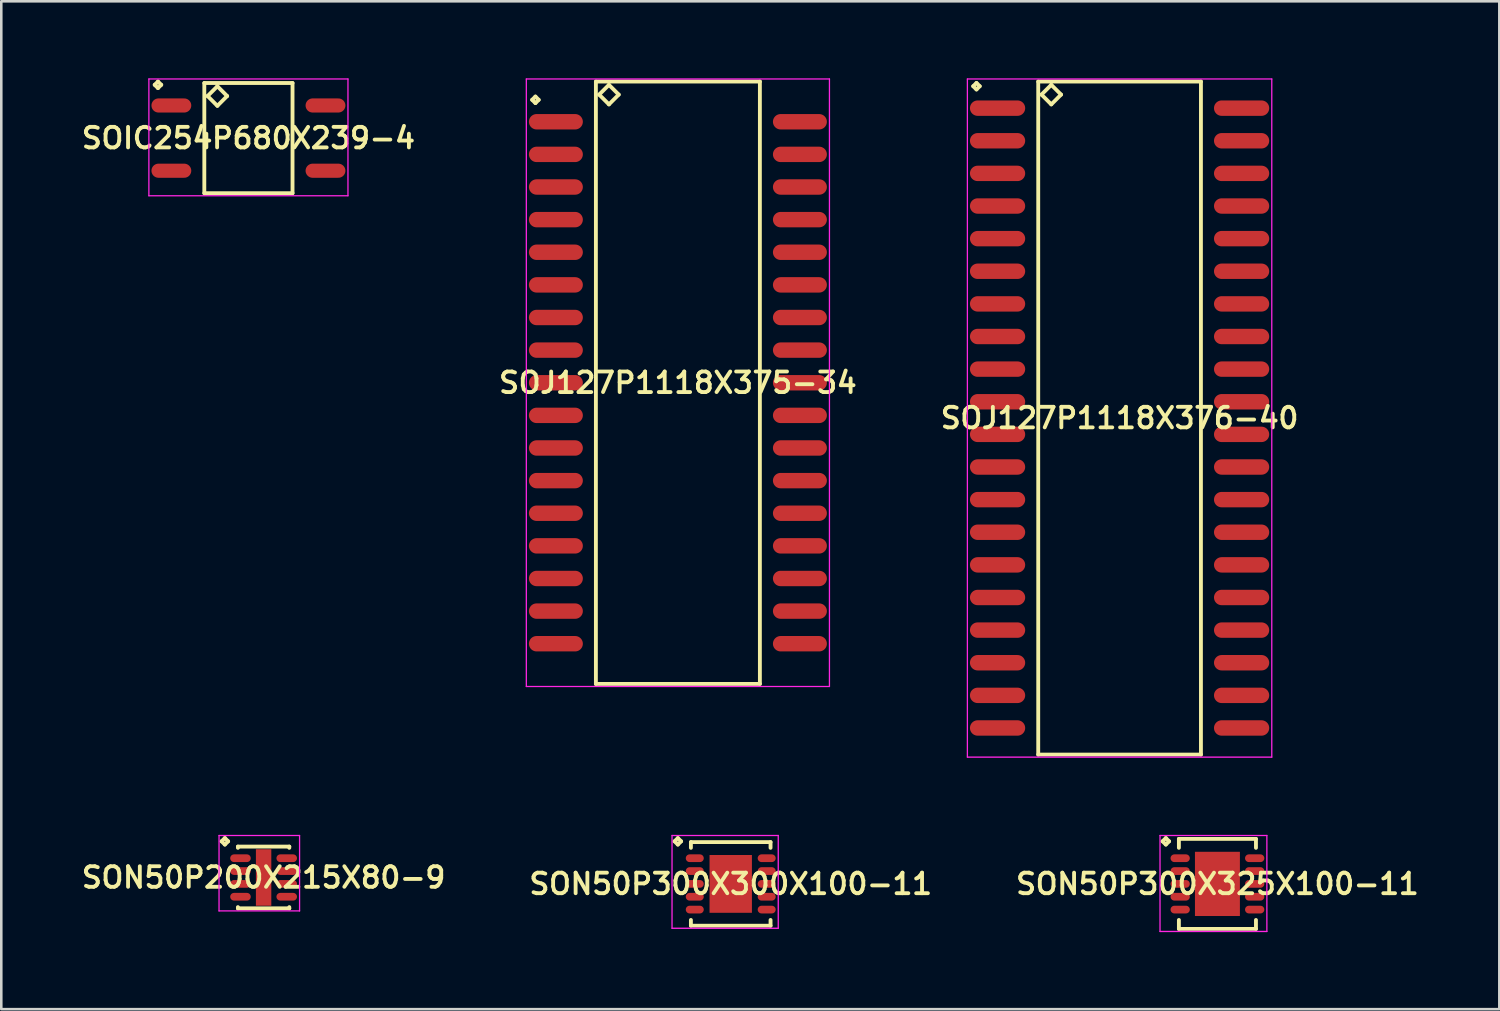
<source format=kicad_pcb>
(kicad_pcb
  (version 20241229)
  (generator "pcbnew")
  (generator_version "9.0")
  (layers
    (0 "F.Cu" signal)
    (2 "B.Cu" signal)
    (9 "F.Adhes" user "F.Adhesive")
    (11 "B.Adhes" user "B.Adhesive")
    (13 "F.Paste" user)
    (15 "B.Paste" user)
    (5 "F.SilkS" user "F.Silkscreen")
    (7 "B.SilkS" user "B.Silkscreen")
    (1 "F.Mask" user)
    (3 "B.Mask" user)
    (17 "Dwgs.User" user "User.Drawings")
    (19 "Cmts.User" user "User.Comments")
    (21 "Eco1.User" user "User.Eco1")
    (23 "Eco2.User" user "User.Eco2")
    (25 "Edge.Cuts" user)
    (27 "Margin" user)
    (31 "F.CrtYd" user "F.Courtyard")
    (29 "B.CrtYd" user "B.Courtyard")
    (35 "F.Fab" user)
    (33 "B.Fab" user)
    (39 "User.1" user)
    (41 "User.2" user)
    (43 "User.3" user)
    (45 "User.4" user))
  (footprint "SON50P200X215X80-9"
    (layer "F.Cu")
    (at 7.212 31.11)
    (property "Reference" "SON50P200X215X80-9" (at 0 0 0) (layer "F.SilkS") (effects (font (size 0.8 0.8) (thickness 0.15))))
    (attr smd)
    (fp_line (start -1.635 -1.408) (end -1.508 -1.535) (stroke (width 0.15) (type solid)) (layer "F.SilkS"))
    (fp_line (start -1.508 -1.535) (end -1.381 -1.408) (stroke (width 0.15) (type solid)) (layer "F.SilkS"))
    (fp_line (start -1.508 -1.281) (end -1.635 -1.408) (stroke (width 0.15) (type solid)) (layer "F.SilkS"))
    (fp_line (start -1.381 -1.408) (end -1.508 -1.281) (stroke (width 0.15) (type solid)) (layer "F.SilkS"))
    (fp_line (start -1 -1.202) (end 1 -1.202) (stroke (width 0.15) (type solid)) (layer "F.SilkS"))
    (fp_line (start -1 -1.154) (end -1 -1.202) (stroke (width 0.15) (type solid)) (layer "F.SilkS"))
    (fp_line (start -1 1.154) (end -1 1.202) (stroke (width 0.15) (type solid)) (layer "F.SilkS"))
    (fp_line (start -1 1.202) (end 1 1.202) (stroke (width 0.15) (type solid)) (layer "F.SilkS"))
    (fp_line (start 1 -1.202) (end 1 -1.154) (stroke (width 0.15) (type solid)) (layer "F.SilkS"))
    (fp_line (start 1 1.202) (end 1 1.154) (stroke (width 0.15) (type solid)) (layer "F.SilkS"))
    (fp_line (start -1.735 -1.635) (end 1.4 -1.635) (stroke (width 0.05) (type solid)) (layer "F.CrtYd"))
    (fp_line (start -1.735 1.302) (end -1.735 -1.635) (stroke (width 0.05) (type solid)) (layer "F.CrtYd"))
    (fp_line (start 1.4 -1.635) (end 1.4 1.302) (stroke (width 0.05) (type solid)) (layer "F.CrtYd"))
    (fp_line (start 1.4 1.302) (end -1.735 1.302) (stroke (width 0.05) (type solid)) (layer "F.CrtYd"))
    (pad "1" smd oval (at -0.9 -0.75) (size 0.8 0.3) (layers "F.Cu" "F.Mask" "F.Paste"))
    (pad "2" smd oval (at -0.9 -0.25) (size 0.8 0.3) (layers "F.Cu" "F.Mask" "F.Paste"))
    (pad "3" smd oval (at -0.9 0.25) (size 0.8 0.3) (layers "F.Cu" "F.Mask" "F.Paste"))
    (pad "4" smd oval (at -0.9 0.75) (size 0.8 0.3) (layers "F.Cu" "F.Mask" "F.Paste"))
    (pad "5" smd oval (at 0.9 0.75) (size 0.8 0.3) (layers "F.Cu" "F.Mask" "F.Paste"))
    (pad "6" smd oval (at 0.9 0.25) (size 0.8 0.3) (layers "F.Cu" "F.Mask" "F.Paste"))
    (pad "7" smd oval (at 0.9 -0.25) (size 0.8 0.3) (layers "F.Cu" "F.Mask" "F.Paste"))
    (pad "8" smd oval (at 0.9 -0.75) (size 0.8 0.3) (layers "F.Cu" "F.Mask" "F.Paste"))
    (pad "9" smd rect (at 0 0) (size 0.6 2.2) (layers "F.Cu" "F.Mask" "F.Paste")))
  (footprint "SOJ127P1118X375-34"
    (layer "F.Cu")
    (at 23.34 11.85)
    (property "Reference" "SOJ127P1118X375-34" (at 0 0 0) (layer "F.SilkS") (effects (font (size 0.8 0.8) (thickness 0.15))))
    (attr smd)
    (fp_line (start -5.673 -11.014) (end -5.546 -11.141) (stroke (width 0.15) (type solid)) (layer "F.SilkS"))
    (fp_line (start -5.546 -11.141) (end -5.419 -11.014) (stroke (width 0.15) (type solid)) (layer "F.SilkS"))
    (fp_line (start -5.546 -10.887) (end -5.673 -11.014) (stroke (width 0.15) (type solid)) (layer "F.SilkS"))
    (fp_line (start -5.419 -11.014) (end -5.546 -10.887) (stroke (width 0.15) (type solid)) (layer "F.SilkS"))
    (fp_line (start -3.192 -11.725) (end -3.192 11.725) (stroke (width 0.15) (type solid)) (layer "F.SilkS"))
    (fp_line (start -3.192 11.725) (end 3.192 11.725) (stroke (width 0.15) (type solid)) (layer "F.SilkS"))
    (fp_line (start -3.065 -11.217) (end -2.684 -11.598) (stroke (width 0.15) (type solid)) (layer "F.SilkS"))
    (fp_line (start -2.684 -11.598) (end -2.303 -11.217) (stroke (width 0.15) (type solid)) (layer "F.SilkS"))
    (fp_line (start -2.684 -10.836) (end -3.065 -11.217) (stroke (width 0.15) (type solid)) (layer "F.SilkS"))
    (fp_line (start -2.303 -11.217) (end -2.684 -10.836) (stroke (width 0.15) (type solid)) (layer "F.SilkS"))
    (fp_line (start 3.192 -11.725) (end -3.192 -11.725) (stroke (width 0.15) (type solid)) (layer "F.SilkS"))
    (fp_line (start 3.192 11.725) (end 3.192 -11.725) (stroke (width 0.15) (type solid)) (layer "F.SilkS"))
    (fp_line (start -5.9 -11.825) (end 5.9 -11.825) (stroke (width 0.05) (type solid)) (layer "F.CrtYd"))
    (fp_line (start -5.9 11.825) (end -5.9 -11.825) (stroke (width 0.05) (type solid)) (layer "F.CrtYd"))
    (fp_line (start 5.9 -11.825) (end 5.9 11.825) (stroke (width 0.05) (type solid)) (layer "F.CrtYd"))
    (fp_line (start 5.9 11.825) (end -5.9 11.825) (stroke (width 0.05) (type solid)) (layer "F.CrtYd"))
    (pad "1" smd oval (at -4.75 -10.16) (size 2.1 0.6) (layers "F.Cu" "F.Mask" "F.Paste"))
    (pad "2" smd oval (at -4.75 -8.89) (size 2.1 0.6) (layers "F.Cu" "F.Mask" "F.Paste"))
    (pad "3" smd oval (at -4.75 -7.62) (size 2.1 0.6) (layers "F.Cu" "F.Mask" "F.Paste"))
    (pad "4" smd oval (at -4.75 -6.35) (size 2.1 0.6) (layers "F.Cu" "F.Mask" "F.Paste"))
    (pad "5" smd oval (at -4.75 -5.08) (size 2.1 0.6) (layers "F.Cu" "F.Mask" "F.Paste"))
    (pad "6" smd oval (at -4.75 -3.81) (size 2.1 0.6) (layers "F.Cu" "F.Mask" "F.Paste"))
    (pad "7" smd oval (at -4.75 -2.54) (size 2.1 0.6) (layers "F.Cu" "F.Mask" "F.Paste"))
    (pad "8" smd oval (at -4.75 -1.27) (size 2.1 0.6) (layers "F.Cu" "F.Mask" "F.Paste"))
    (pad "9" smd oval (at -4.75 0) (size 2.1 0.6) (layers "F.Cu" "F.Mask" "F.Paste"))
    (pad "10" smd oval (at -4.75 1.27) (size 2.1 0.6) (layers "F.Cu" "F.Mask" "F.Paste"))
    (pad "11" smd oval (at -4.75 2.54) (size 2.1 0.6) (layers "F.Cu" "F.Mask" "F.Paste"))
    (pad "12" smd oval (at -4.75 3.81) (size 2.1 0.6) (layers "F.Cu" "F.Mask" "F.Paste"))
    (pad "13" smd oval (at -4.75 5.08) (size 2.1 0.6) (layers "F.Cu" "F.Mask" "F.Paste"))
    (pad "14" smd oval (at -4.75 6.35) (size 2.1 0.6) (layers "F.Cu" "F.Mask" "F.Paste"))
    (pad "15" smd oval (at -4.75 7.62) (size 2.1 0.6) (layers "F.Cu" "F.Mask" "F.Paste"))
    (pad "16" smd oval (at -4.75 8.89) (size 2.1 0.6) (layers "F.Cu" "F.Mask" "F.Paste"))
    (pad "17" smd oval (at -4.75 10.16) (size 2.1 0.6) (layers "F.Cu" "F.Mask" "F.Paste"))
    (pad "18" smd oval (at 4.75 10.16) (size 2.1 0.6) (layers "F.Cu" "F.Mask" "F.Paste"))
    (pad "19" smd oval (at 4.75 8.89) (size 2.1 0.6) (layers "F.Cu" "F.Mask" "F.Paste"))
    (pad "20" smd oval (at 4.75 7.62) (size 2.1 0.6) (layers "F.Cu" "F.Mask" "F.Paste"))
    (pad "21" smd oval (at 4.75 6.35) (size 2.1 0.6) (layers "F.Cu" "F.Mask" "F.Paste"))
    (pad "22" smd oval (at 4.75 5.08) (size 2.1 0.6) (layers "F.Cu" "F.Mask" "F.Paste"))
    (pad "23" smd oval (at 4.75 3.81) (size 2.1 0.6) (layers "F.Cu" "F.Mask" "F.Paste"))
    (pad "24" smd oval (at 4.75 2.54) (size 2.1 0.6) (layers "F.Cu" "F.Mask" "F.Paste"))
    (pad "25" smd oval (at 4.75 1.27) (size 2.1 0.6) (layers "F.Cu" "F.Mask" "F.Paste"))
    (pad "26" smd oval (at 4.75 0) (size 2.1 0.6) (layers "F.Cu" "F.Mask" "F.Paste"))
    (pad "27" smd oval (at 4.75 -1.27) (size 2.1 0.6) (layers "F.Cu" "F.Mask" "F.Paste"))
    (pad "28" smd oval (at 4.75 -2.54) (size 2.1 0.6) (layers "F.Cu" "F.Mask" "F.Paste"))
    (pad "29" smd oval (at 4.75 -3.81) (size 2.1 0.6) (layers "F.Cu" "F.Mask" "F.Paste"))
    (pad "30" smd oval (at 4.75 -5.08) (size 2.1 0.6) (layers "F.Cu" "F.Mask" "F.Paste"))
    (pad "31" smd oval (at 4.75 -6.35) (size 2.1 0.6) (layers "F.Cu" "F.Mask" "F.Paste"))
    (pad "32" smd oval (at 4.75 -7.62) (size 2.1 0.6) (layers "F.Cu" "F.Mask" "F.Paste"))
    (pad "33" smd oval (at 4.75 -8.89) (size 2.1 0.6) (layers "F.Cu" "F.Mask" "F.Paste"))
    (pad "34" smd oval (at 4.75 -10.16) (size 2.1 0.6) (layers "F.Cu" "F.Mask" "F.Paste")))
  (footprint "SOIC254P680X239-4"
    (layer "F.Cu")
    (at 6.621 2.326)
    (property "Reference" "SOIC254P680X239-4" (at 0 0 0) (layer "F.SilkS") (effects (font (size 0.8 0.8) (thickness 0.15))))
    (attr smd)
    (fp_line (start -3.648 -2.074) (end -3.521 -2.201) (stroke (width 0.15) (type solid)) (layer "F.SilkS"))
    (fp_line (start -3.521 -2.201) (end -3.394 -2.074) (stroke (width 0.15) (type solid)) (layer "F.SilkS"))
    (fp_line (start -3.521 -1.947) (end -3.648 -2.074) (stroke (width 0.15) (type solid)) (layer "F.SilkS"))
    (fp_line (start -3.394 -2.074) (end -3.521 -1.947) (stroke (width 0.15) (type solid)) (layer "F.SilkS"))
    (fp_line (start -1.717 -2.145) (end -1.717 2.145) (stroke (width 0.15) (type solid)) (layer "F.SilkS"))
    (fp_line (start -1.717 2.145) (end 1.717 2.145) (stroke (width 0.15) (type solid)) (layer "F.SilkS"))
    (fp_line (start -1.59 -1.637) (end -1.209 -2.018) (stroke (width 0.15) (type solid)) (layer "F.SilkS"))
    (fp_line (start -1.209 -2.018) (end -0.828 -1.637) (stroke (width 0.15) (type solid)) (layer "F.SilkS"))
    (fp_line (start -1.209 -1.256) (end -1.59 -1.637) (stroke (width 0.15) (type solid)) (layer "F.SilkS"))
    (fp_line (start -0.828 -1.637) (end -1.209 -1.256) (stroke (width 0.15) (type solid)) (layer "F.SilkS"))
    (fp_line (start 1.717 -2.145) (end -1.717 -2.145) (stroke (width 0.15) (type solid)) (layer "F.SilkS"))
    (fp_line (start 1.717 2.145) (end 1.717 -2.145) (stroke (width 0.15) (type solid)) (layer "F.SilkS"))
    (fp_line (start -3.875 -2.301) (end 3.875 -2.301) (stroke (width 0.05) (type solid)) (layer "F.CrtYd"))
    (fp_line (start -3.875 2.245) (end -3.875 -2.301) (stroke (width 0.05) (type solid)) (layer "F.CrtYd"))
    (fp_line (start 3.875 -2.301) (end 3.875 2.245) (stroke (width 0.05) (type solid)) (layer "F.CrtYd"))
    (fp_line (start 3.875 2.245) (end -3.875 2.245) (stroke (width 0.05) (type solid)) (layer "F.CrtYd"))
    (pad "1" smd oval (at -3 -1.27) (size 1.55 0.55) (layers "F.Cu" "F.Mask" "F.Paste"))
    (pad "2" smd oval (at -3 1.27) (size 1.55 0.55) (layers "F.Cu" "F.Mask" "F.Paste"))
    (pad "3" smd oval (at 3 1.27) (size 1.55 0.55) (layers "F.Cu" "F.Mask" "F.Paste"))
    (pad "4" smd oval (at 3 -1.27) (size 1.55 0.55) (layers "F.Cu" "F.Mask" "F.Paste")))
  (footprint "SOJ127P1118X376-40"
    (layer "F.Cu")
    (at 40.535 13.225)
    (property "Reference" "SOJ127P1118X376-40" (at 0 0 0) (layer "F.SilkS") (effects (font (size 0.8 0.8) (thickness 0.15))))
    (attr smd)
    (fp_line (start -5.698 -12.919) (end -5.571 -13.046) (stroke (width 0.15) (type solid)) (layer "F.SilkS"))
    (fp_line (start -5.571 -13.046) (end -5.444 -12.919) (stroke (width 0.15) (type solid)) (layer "F.SilkS"))
    (fp_line (start -5.571 -12.792) (end -5.698 -12.919) (stroke (width 0.15) (type solid)) (layer "F.SilkS"))
    (fp_line (start -5.444 -12.919) (end -5.571 -12.792) (stroke (width 0.15) (type solid)) (layer "F.SilkS"))
    (fp_line (start -3.167 -13.1) (end -3.167 13.1) (stroke (width 0.15) (type solid)) (layer "F.SilkS"))
    (fp_line (start -3.167 13.1) (end 3.167 13.1) (stroke (width 0.15) (type solid)) (layer "F.SilkS"))
    (fp_line (start -3.04 -12.592) (end -2.659 -12.973) (stroke (width 0.15) (type solid)) (layer "F.SilkS"))
    (fp_line (start -2.659 -12.973) (end -2.278 -12.592) (stroke (width 0.15) (type solid)) (layer "F.SilkS"))
    (fp_line (start -2.659 -12.211) (end -3.04 -12.592) (stroke (width 0.15) (type solid)) (layer "F.SilkS"))
    (fp_line (start -2.278 -12.592) (end -2.659 -12.211) (stroke (width 0.15) (type solid)) (layer "F.SilkS"))
    (fp_line (start 3.167 -13.1) (end -3.167 -13.1) (stroke (width 0.15) (type solid)) (layer "F.SilkS"))
    (fp_line (start 3.167 13.1) (end 3.167 -13.1) (stroke (width 0.15) (type solid)) (layer "F.SilkS"))
    (fp_line (start -5.925 -13.2) (end 5.925 -13.2) (stroke (width 0.05) (type solid)) (layer "F.CrtYd"))
    (fp_line (start -5.925 13.2) (end -5.925 -13.2) (stroke (width 0.05) (type solid)) (layer "F.CrtYd"))
    (fp_line (start 5.925 -13.2) (end 5.925 13.2) (stroke (width 0.05) (type solid)) (layer "F.CrtYd"))
    (fp_line (start 5.925 13.2) (end -5.925 13.2) (stroke (width 0.05) (type solid)) (layer "F.CrtYd"))
    (pad "1" smd oval (at -4.75 -12.065) (size 2.15 0.6) (layers "F.Cu" "F.Mask" "F.Paste"))
    (pad "2" smd oval (at -4.75 -10.795) (size 2.15 0.6) (layers "F.Cu" "F.Mask" "F.Paste"))
    (pad "3" smd oval (at -4.75 -9.525) (size 2.15 0.6) (layers "F.Cu" "F.Mask" "F.Paste"))
    (pad "4" smd oval (at -4.75 -8.255) (size 2.15 0.6) (layers "F.Cu" "F.Mask" "F.Paste"))
    (pad "5" smd oval (at -4.75 -6.985) (size 2.15 0.6) (layers "F.Cu" "F.Mask" "F.Paste"))
    (pad "6" smd oval (at -4.75 -5.715) (size 2.15 0.6) (layers "F.Cu" "F.Mask" "F.Paste"))
    (pad "7" smd oval (at -4.75 -4.445) (size 2.15 0.6) (layers "F.Cu" "F.Mask" "F.Paste"))
    (pad "8" smd oval (at -4.75 -3.175) (size 2.15 0.6) (layers "F.Cu" "F.Mask" "F.Paste"))
    (pad "9" smd oval (at -4.75 -1.905) (size 2.15 0.6) (layers "F.Cu" "F.Mask" "F.Paste"))
    (pad "10" smd oval (at -4.75 -0.635) (size 2.15 0.6) (layers "F.Cu" "F.Mask" "F.Paste"))
    (pad "11" smd oval (at -4.75 0.635) (size 2.15 0.6) (layers "F.Cu" "F.Mask" "F.Paste"))
    (pad "12" smd oval (at -4.75 1.905) (size 2.15 0.6) (layers "F.Cu" "F.Mask" "F.Paste"))
    (pad "13" smd oval (at -4.75 3.175) (size 2.15 0.6) (layers "F.Cu" "F.Mask" "F.Paste"))
    (pad "14" smd oval (at -4.75 4.445) (size 2.15 0.6) (layers "F.Cu" "F.Mask" "F.Paste"))
    (pad "15" smd oval (at -4.75 5.715) (size 2.15 0.6) (layers "F.Cu" "F.Mask" "F.Paste"))
    (pad "16" smd oval (at -4.75 6.985) (size 2.15 0.6) (layers "F.Cu" "F.Mask" "F.Paste"))
    (pad "17" smd oval (at -4.75 8.255) (size 2.15 0.6) (layers "F.Cu" "F.Mask" "F.Paste"))
    (pad "18" smd oval (at -4.75 9.525) (size 2.15 0.6) (layers "F.Cu" "F.Mask" "F.Paste"))
    (pad "19" smd oval (at -4.75 10.795) (size 2.15 0.6) (layers "F.Cu" "F.Mask" "F.Paste"))
    (pad "20" smd oval (at -4.75 12.065) (size 2.15 0.6) (layers "F.Cu" "F.Mask" "F.Paste"))
    (pad "21" smd oval (at 4.75 12.065) (size 2.15 0.6) (layers "F.Cu" "F.Mask" "F.Paste"))
    (pad "22" smd oval (at 4.75 10.795) (size 2.15 0.6) (layers "F.Cu" "F.Mask" "F.Paste"))
    (pad "23" smd oval (at 4.75 9.525) (size 2.15 0.6) (layers "F.Cu" "F.Mask" "F.Paste"))
    (pad "24" smd oval (at 4.75 8.255) (size 2.15 0.6) (layers "F.Cu" "F.Mask" "F.Paste"))
    (pad "25" smd oval (at 4.75 6.985) (size 2.15 0.6) (layers "F.Cu" "F.Mask" "F.Paste"))
    (pad "26" smd oval (at 4.75 5.715) (size 2.15 0.6) (layers "F.Cu" "F.Mask" "F.Paste"))
    (pad "27" smd oval (at 4.75 4.445) (size 2.15 0.6) (layers "F.Cu" "F.Mask" "F.Paste"))
    (pad "28" smd oval (at 4.75 3.175) (size 2.15 0.6) (layers "F.Cu" "F.Mask" "F.Paste"))
    (pad "29" smd oval (at 4.75 1.905) (size 2.15 0.6) (layers "F.Cu" "F.Mask" "F.Paste"))
    (pad "30" smd oval (at 4.75 0.635) (size 2.15 0.6) (layers "F.Cu" "F.Mask" "F.Paste"))
    (pad "31" smd oval (at 4.75 -0.635) (size 2.15 0.6) (layers "F.Cu" "F.Mask" "F.Paste"))
    (pad "32" smd oval (at 4.75 -1.905) (size 2.15 0.6) (layers "F.Cu" "F.Mask" "F.Paste"))
    (pad "33" smd oval (at 4.75 -3.175) (size 2.15 0.6) (layers "F.Cu" "F.Mask" "F.Paste"))
    (pad "34" smd oval (at 4.75 -4.445) (size 2.15 0.6) (layers "F.Cu" "F.Mask" "F.Paste"))
    (pad "35" smd oval (at 4.75 -5.715) (size 2.15 0.6) (layers "F.Cu" "F.Mask" "F.Paste"))
    (pad "36" smd oval (at 4.75 -6.985) (size 2.15 0.6) (layers "F.Cu" "F.Mask" "F.Paste"))
    (pad "37" smd oval (at 4.75 -8.255) (size 2.15 0.6) (layers "F.Cu" "F.Mask" "F.Paste"))
    (pad "38" smd oval (at 4.75 -9.525) (size 2.15 0.6) (layers "F.Cu" "F.Mask" "F.Paste"))
    (pad "39" smd oval (at 4.75 -10.795) (size 2.15 0.6) (layers "F.Cu" "F.Mask" "F.Paste"))
    (pad "40" smd oval (at 4.75 -12.065) (size 2.15 0.6) (layers "F.Cu" "F.Mask" "F.Paste")))
  (footprint "SON50P300X300X100-11"
    (layer "F.Cu")
    (at 25.397 31.36)
    (property "Reference" "SON50P300X300X100-11" (at 0 0 0) (layer "F.SilkS") (effects (font (size 0.8 0.8) (thickness 0.15))))
    (attr smd)
    (fp_line (start -2.185 -1.658) (end -2.058 -1.785) (stroke (width 0.15) (type solid)) (layer "F.SilkS"))
    (fp_line (start -2.058 -1.785) (end -1.931 -1.658) (stroke (width 0.15) (type solid)) (layer "F.SilkS"))
    (fp_line (start -2.058 -1.531) (end -2.185 -1.658) (stroke (width 0.15) (type solid)) (layer "F.SilkS"))
    (fp_line (start -1.931 -1.658) (end -2.058 -1.531) (stroke (width 0.15) (type solid)) (layer "F.SilkS"))
    (fp_line (start -1.55 -1.627) (end 1.55 -1.627) (stroke (width 0.15) (type solid)) (layer "F.SilkS"))
    (fp_line (start -1.55 -1.404) (end -1.55 -1.627) (stroke (width 0.15) (type solid)) (layer "F.SilkS"))
    (fp_line (start -1.55 1.404) (end -1.55 1.627) (stroke (width 0.15) (type solid)) (layer "F.SilkS"))
    (fp_line (start -1.55 1.627) (end 1.55 1.627) (stroke (width 0.15) (type solid)) (layer "F.SilkS"))
    (fp_line (start 1.55 -1.627) (end 1.55 -1.404) (stroke (width 0.15) (type solid)) (layer "F.SilkS"))
    (fp_line (start 1.55 1.627) (end 1.55 1.404) (stroke (width 0.15) (type solid)) (layer "F.SilkS"))
    (fp_line (start -2.285 -1.885) (end 1.85 -1.885) (stroke (width 0.05) (type solid)) (layer "F.CrtYd"))
    (fp_line (start -2.285 1.727) (end -2.285 -1.885) (stroke (width 0.05) (type solid)) (layer "F.CrtYd"))
    (fp_line (start 1.85 -1.885) (end 1.85 1.727) (stroke (width 0.05) (type solid)) (layer "F.CrtYd"))
    (fp_line (start 1.85 1.727) (end -2.285 1.727) (stroke (width 0.05) (type solid)) (layer "F.CrtYd"))
    (pad "1" smd oval (at -1.4 -1) (size 0.7 0.3) (layers "F.Cu" "F.Mask" "F.Paste"))
    (pad "2" smd oval (at -1.4 -0.5) (size 0.7 0.3) (layers "F.Cu" "F.Mask" "F.Paste"))
    (pad "3" smd oval (at -1.4 0) (size 0.7 0.3) (layers "F.Cu" "F.Mask" "F.Paste"))
    (pad "4" smd oval (at -1.4 0.5) (size 0.7 0.3) (layers "F.Cu" "F.Mask" "F.Paste"))
    (pad "5" smd oval (at -1.4 1) (size 0.7 0.3) (layers "F.Cu" "F.Mask" "F.Paste"))
    (pad "6" smd oval (at 1.4 1) (size 0.7 0.3) (layers "F.Cu" "F.Mask" "F.Paste"))
    (pad "7" smd oval (at 1.4 0.5) (size 0.7 0.3) (layers "F.Cu" "F.Mask" "F.Paste"))
    (pad "8" smd oval (at 1.4 0) (size 0.7 0.3) (layers "F.Cu" "F.Mask" "F.Paste"))
    (pad "9" smd oval (at 1.4 -0.5) (size 0.7 0.3) (layers "F.Cu" "F.Mask" "F.Paste"))
    (pad "10" smd oval (at 1.4 -1) (size 0.7 0.3) (layers "F.Cu" "F.Mask" "F.Paste"))
    (pad "11" smd rect (at 0 0) (size 1.65 2.25) (layers "F.Cu" "F.Mask" "F.Paste")))
  (footprint "SON50P300X325X100-11"
    (layer "F.Cu")
    (at 44.344 31.36)
    (property "Reference" "SON50P300X325X100-11" (at 0 0 0) (layer "F.SilkS") (effects (font (size 0.8 0.8) (thickness 0.15))))
    (attr smd)
    (fp_line (start -2.135 -1.658) (end -2.008 -1.785) (stroke (width 0.15) (type solid)) (layer "F.SilkS"))
    (fp_line (start -2.008 -1.785) (end -1.881 -1.658) (stroke (width 0.15) (type solid)) (layer "F.SilkS"))
    (fp_line (start -2.008 -1.531) (end -2.135 -1.658) (stroke (width 0.15) (type solid)) (layer "F.SilkS"))
    (fp_line (start -1.881 -1.658) (end -2.008 -1.531) (stroke (width 0.15) (type solid)) (layer "F.SilkS"))
    (fp_line (start -1.5 -1.752) (end 1.5 -1.752) (stroke (width 0.15) (type solid)) (layer "F.SilkS"))
    (fp_line (start -1.5 -1.404) (end -1.5 -1.752) (stroke (width 0.15) (type solid)) (layer "F.SilkS"))
    (fp_line (start -1.5 1.404) (end -1.5 1.752) (stroke (width 0.15) (type solid)) (layer "F.SilkS"))
    (fp_line (start -1.5 1.752) (end 1.5 1.752) (stroke (width 0.15) (type solid)) (layer "F.SilkS"))
    (fp_line (start 1.5 -1.752) (end 1.5 -1.404) (stroke (width 0.15) (type solid)) (layer "F.SilkS"))
    (fp_line (start 1.5 1.752) (end 1.5 1.404) (stroke (width 0.15) (type solid)) (layer "F.SilkS"))
    (fp_line (start -2.235 -1.885) (end 1.925 -1.885) (stroke (width 0.05) (type solid)) (layer "F.CrtYd"))
    (fp_line (start -2.235 1.852) (end -2.235 -1.885) (stroke (width 0.05) (type solid)) (layer "F.CrtYd"))
    (fp_line (start 1.925 -1.885) (end 1.925 1.852) (stroke (width 0.05) (type solid)) (layer "F.CrtYd"))
    (fp_line (start 1.925 1.852) (end -2.235 1.852) (stroke (width 0.05) (type solid)) (layer "F.CrtYd"))
    (pad "1" smd oval (at -1.45 -1) (size 0.75 0.3) (layers "F.Cu" "F.Mask" "F.Paste"))
    (pad "2" smd oval (at -1.45 -0.5) (size 0.75 0.3) (layers "F.Cu" "F.Mask" "F.Paste"))
    (pad "3" smd oval (at -1.45 0) (size 0.75 0.3) (layers "F.Cu" "F.Mask" "F.Paste"))
    (pad "4" smd oval (at -1.45 0.5) (size 0.75 0.3) (layers "F.Cu" "F.Mask" "F.Paste"))
    (pad "5" smd oval (at -1.45 1) (size 0.75 0.3) (layers "F.Cu" "F.Mask" "F.Paste"))
    (pad "6" smd oval (at 1.45 1) (size 0.75 0.3) (layers "F.Cu" "F.Mask" "F.Paste"))
    (pad "7" smd oval (at 1.45 0.5) (size 0.75 0.3) (layers "F.Cu" "F.Mask" "F.Paste"))
    (pad "8" smd oval (at 1.45 0) (size 0.75 0.3) (layers "F.Cu" "F.Mask" "F.Paste"))
    (pad "9" smd oval (at 1.45 -0.5) (size 0.75 0.3) (layers "F.Cu" "F.Mask" "F.Paste"))
    (pad "10" smd oval (at 1.45 -1) (size 0.75 0.3) (layers "F.Cu" "F.Mask" "F.Paste"))
    (pad "11" smd rect (at 0 0) (size 1.75 2.5) (layers "F.Cu" "F.Mask" "F.Paste")))
  (gr_rect
    (start -3 -3)
    (end 55.318 36.237)
    (stroke (width 0.1) (type default))
    (fill no)
    (layer "Edge.Cuts")))
</source>
